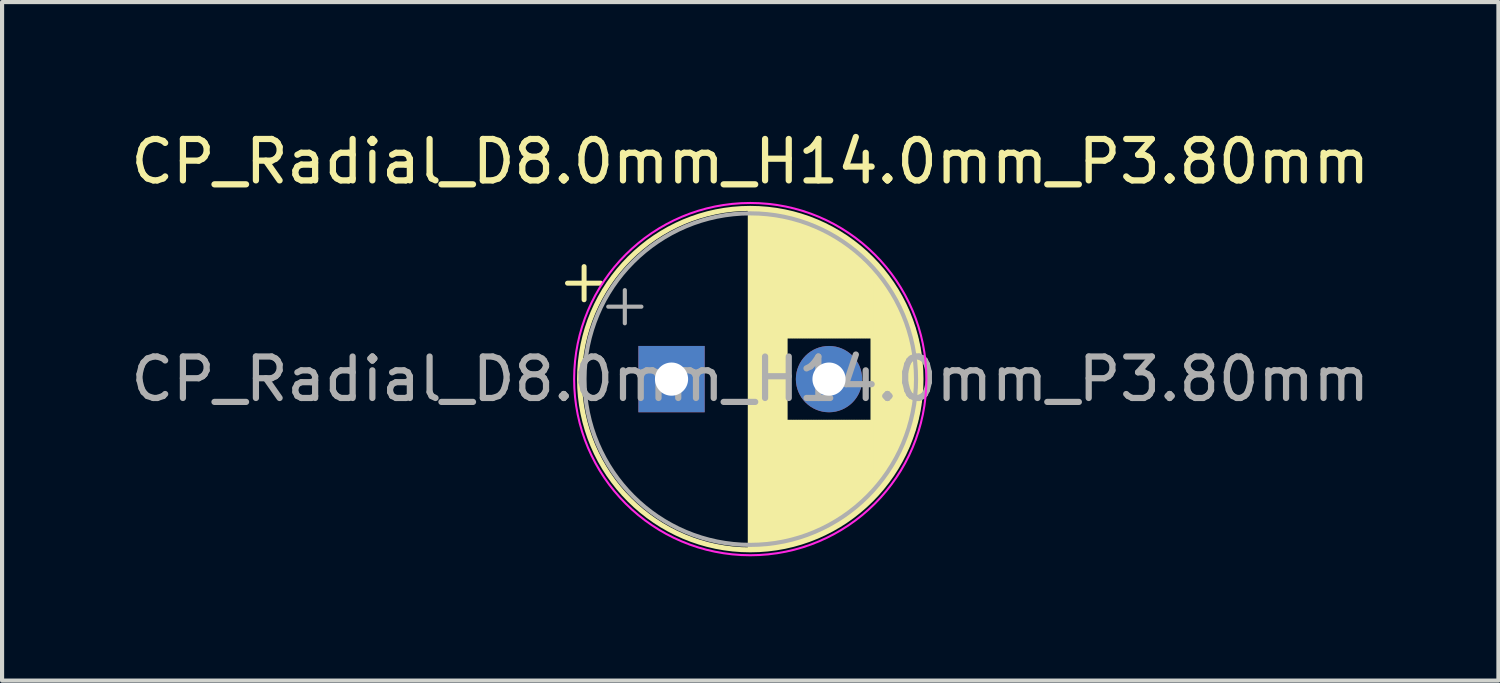
<source format=kicad_pcb>
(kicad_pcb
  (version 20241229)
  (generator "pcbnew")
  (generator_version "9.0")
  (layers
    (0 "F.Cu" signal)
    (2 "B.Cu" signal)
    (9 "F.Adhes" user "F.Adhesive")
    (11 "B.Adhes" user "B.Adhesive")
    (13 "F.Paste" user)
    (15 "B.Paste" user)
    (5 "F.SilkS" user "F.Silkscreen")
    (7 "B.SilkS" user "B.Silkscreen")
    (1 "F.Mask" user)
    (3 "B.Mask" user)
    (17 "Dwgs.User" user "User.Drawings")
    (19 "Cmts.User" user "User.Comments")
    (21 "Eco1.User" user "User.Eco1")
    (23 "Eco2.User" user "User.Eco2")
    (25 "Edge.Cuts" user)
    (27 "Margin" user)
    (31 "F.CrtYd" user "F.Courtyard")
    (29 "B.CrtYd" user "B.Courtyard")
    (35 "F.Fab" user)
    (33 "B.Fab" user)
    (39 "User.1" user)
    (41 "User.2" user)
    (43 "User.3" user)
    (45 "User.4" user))
  (footprint "CP_Radial_D8.0mm_H14.0mm_P3.80mm"
    (layer "F.Cu")
    (at 13.154 6.098)
    (property "Reference" "CP_Radial_D8.0mm_H14.0mm_P3.80mm" (at 1.9 -5.25 0) (layer "F.SilkS") (effects (font (size 1 1) (thickness 0.15))))
    (attr through_hole)
    (fp_line (start -2.51 -2.315) (end -1.71 -2.315) (stroke (width 0.12) (type solid)) (layer "F.SilkS"))
    (fp_line (start -2.11 -2.715) (end -2.11 -1.915) (stroke (width 0.12) (type solid)) (layer "F.SilkS"))
    (fp_line (start 1.9 -4.08) (end 1.9 4.08) (stroke (width 0.12) (type solid)) (layer "F.SilkS"))
    (fp_line (start 1.94 -4.08) (end 1.94 4.08) (stroke (width 0.12) (type solid)) (layer "F.SilkS"))
    (fp_line (start 1.98 -4.08) (end 1.98 4.08) (stroke (width 0.12) (type solid)) (layer "F.SilkS"))
    (fp_line (start 2.02 -4.079) (end 2.02 4.079) (stroke (width 0.12) (type solid)) (layer "F.SilkS"))
    (fp_line (start 2.06 -4.077) (end 2.06 4.077) (stroke (width 0.12) (type solid)) (layer "F.SilkS"))
    (fp_line (start 2.1 -4.076) (end 2.1 4.076) (stroke (width 0.12) (type solid)) (layer "F.SilkS"))
    (fp_line (start 2.14 -4.074) (end 2.14 4.074) (stroke (width 0.12) (type solid)) (layer "F.SilkS"))
    (fp_line (start 2.18 -4.071) (end 2.18 4.071) (stroke (width 0.12) (type solid)) (layer "F.SilkS"))
    (fp_line (start 2.22 -4.068) (end 2.22 4.068) (stroke (width 0.12) (type solid)) (layer "F.SilkS"))
    (fp_line (start 2.26 -4.065) (end 2.26 4.065) (stroke (width 0.12) (type solid)) (layer "F.SilkS"))
    (fp_line (start 2.3 -4.061) (end 2.3 4.061) (stroke (width 0.12) (type solid)) (layer "F.SilkS"))
    (fp_line (start 2.34 -4.057) (end 2.34 4.057) (stroke (width 0.12) (type solid)) (layer "F.SilkS"))
    (fp_line (start 2.38 -4.052) (end 2.38 4.052) (stroke (width 0.12) (type solid)) (layer "F.SilkS"))
    (fp_line (start 2.42 -4.048) (end 2.42 4.048) (stroke (width 0.12) (type solid)) (layer "F.SilkS"))
    (fp_line (start 2.46 -4.042) (end 2.46 4.042) (stroke (width 0.12) (type solid)) (layer "F.SilkS"))
    (fp_line (start 2.5 -4.037) (end 2.5 4.037) (stroke (width 0.12) (type solid)) (layer "F.SilkS"))
    (fp_line (start 2.54 -4.03) (end 2.54 4.03) (stroke (width 0.12) (type solid)) (layer "F.SilkS"))
    (fp_line (start 2.58 -4.024) (end 2.58 4.024) (stroke (width 0.12) (type solid)) (layer "F.SilkS"))
    (fp_line (start 2.621 -4.017) (end 2.621 4.017) (stroke (width 0.12) (type solid)) (layer "F.SilkS"))
    (fp_line (start 2.661 -4.01) (end 2.661 4.01) (stroke (width 0.12) (type solid)) (layer "F.SilkS"))
    (fp_line (start 2.701 -4.002) (end 2.701 4.002) (stroke (width 0.12) (type solid)) (layer "F.SilkS"))
    (fp_line (start 2.741 -3.994) (end 2.741 3.994) (stroke (width 0.12) (type solid)) (layer "F.SilkS"))
    (fp_line (start 2.781 -3.985) (end 2.781 -1.04) (stroke (width 0.12) (type solid)) (layer "F.SilkS"))
    (fp_line (start 2.781 1.04) (end 2.781 3.985) (stroke (width 0.12) (type solid)) (layer "F.SilkS"))
    (fp_line (start 2.821 -3.976) (end 2.821 -1.04) (stroke (width 0.12) (type solid)) (layer "F.SilkS"))
    (fp_line (start 2.821 1.04) (end 2.821 3.976) (stroke (width 0.12) (type solid)) (layer "F.SilkS"))
    (fp_line (start 2.861 -3.967) (end 2.861 -1.04) (stroke (width 0.12) (type solid)) (layer "F.SilkS"))
    (fp_line (start 2.861 1.04) (end 2.861 3.967) (stroke (width 0.12) (type solid)) (layer "F.SilkS"))
    (fp_line (start 2.901 -3.957) (end 2.901 -1.04) (stroke (width 0.12) (type solid)) (layer "F.SilkS"))
    (fp_line (start 2.901 1.04) (end 2.901 3.957) (stroke (width 0.12) (type solid)) (layer "F.SilkS"))
    (fp_line (start 2.941 -3.947) (end 2.941 -1.04) (stroke (width 0.12) (type solid)) (layer "F.SilkS"))
    (fp_line (start 2.941 1.04) (end 2.941 3.947) (stroke (width 0.12) (type solid)) (layer "F.SilkS"))
    (fp_line (start 2.981 -3.936) (end 2.981 -1.04) (stroke (width 0.12) (type solid)) (layer "F.SilkS"))
    (fp_line (start 2.981 1.04) (end 2.981 3.936) (stroke (width 0.12) (type solid)) (layer "F.SilkS"))
    (fp_line (start 3.021 -3.925) (end 3.021 -1.04) (stroke (width 0.12) (type solid)) (layer "F.SilkS"))
    (fp_line (start 3.021 1.04) (end 3.021 3.925) (stroke (width 0.12) (type solid)) (layer "F.SilkS"))
    (fp_line (start 3.061 -3.914) (end 3.061 -1.04) (stroke (width 0.12) (type solid)) (layer "F.SilkS"))
    (fp_line (start 3.061 1.04) (end 3.061 3.914) (stroke (width 0.12) (type solid)) (layer "F.SilkS"))
    (fp_line (start 3.101 -3.902) (end 3.101 -1.04) (stroke (width 0.12) (type solid)) (layer "F.SilkS"))
    (fp_line (start 3.101 1.04) (end 3.101 3.902) (stroke (width 0.12) (type solid)) (layer "F.SilkS"))
    (fp_line (start 3.141 -3.889) (end 3.141 -1.04) (stroke (width 0.12) (type solid)) (layer "F.SilkS"))
    (fp_line (start 3.141 1.04) (end 3.141 3.889) (stroke (width 0.12) (type solid)) (layer "F.SilkS"))
    (fp_line (start 3.181 -3.877) (end 3.181 -1.04) (stroke (width 0.12) (type solid)) (layer "F.SilkS"))
    (fp_line (start 3.181 1.04) (end 3.181 3.877) (stroke (width 0.12) (type solid)) (layer "F.SilkS"))
    (fp_line (start 3.221 -3.863) (end 3.221 -1.04) (stroke (width 0.12) (type solid)) (layer "F.SilkS"))
    (fp_line (start 3.221 1.04) (end 3.221 3.863) (stroke (width 0.12) (type solid)) (layer "F.SilkS"))
    (fp_line (start 3.261 -3.85) (end 3.261 -1.04) (stroke (width 0.12) (type solid)) (layer "F.SilkS"))
    (fp_line (start 3.261 1.04) (end 3.261 3.85) (stroke (width 0.12) (type solid)) (layer "F.SilkS"))
    (fp_line (start 3.301 -3.835) (end 3.301 -1.04) (stroke (width 0.12) (type solid)) (layer "F.SilkS"))
    (fp_line (start 3.301 1.04) (end 3.301 3.835) (stroke (width 0.12) (type solid)) (layer "F.SilkS"))
    (fp_line (start 3.341 -3.821) (end 3.341 -1.04) (stroke (width 0.12) (type solid)) (layer "F.SilkS"))
    (fp_line (start 3.341 1.04) (end 3.341 3.821) (stroke (width 0.12) (type solid)) (layer "F.SilkS"))
    (fp_line (start 3.381 -3.805) (end 3.381 -1.04) (stroke (width 0.12) (type solid)) (layer "F.SilkS"))
    (fp_line (start 3.381 1.04) (end 3.381 3.805) (stroke (width 0.12) (type solid)) (layer "F.SilkS"))
    (fp_line (start 3.421 -3.79) (end 3.421 -1.04) (stroke (width 0.12) (type solid)) (layer "F.SilkS"))
    (fp_line (start 3.421 1.04) (end 3.421 3.79) (stroke (width 0.12) (type solid)) (layer "F.SilkS"))
    (fp_line (start 3.461 -3.774) (end 3.461 -1.04) (stroke (width 0.12) (type solid)) (layer "F.SilkS"))
    (fp_line (start 3.461 1.04) (end 3.461 3.774) (stroke (width 0.12) (type solid)) (layer "F.SilkS"))
    (fp_line (start 3.501 -3.757) (end 3.501 -1.04) (stroke (width 0.12) (type solid)) (layer "F.SilkS"))
    (fp_line (start 3.501 1.04) (end 3.501 3.757) (stroke (width 0.12) (type solid)) (layer "F.SilkS"))
    (fp_line (start 3.541 -3.74) (end 3.541 -1.04) (stroke (width 0.12) (type solid)) (layer "F.SilkS"))
    (fp_line (start 3.541 1.04) (end 3.541 3.74) (stroke (width 0.12) (type solid)) (layer "F.SilkS"))
    (fp_line (start 3.581 -3.722) (end 3.581 -1.04) (stroke (width 0.12) (type solid)) (layer "F.SilkS"))
    (fp_line (start 3.581 1.04) (end 3.581 3.722) (stroke (width 0.12) (type solid)) (layer "F.SilkS"))
    (fp_line (start 3.621 -3.704) (end 3.621 -1.04) (stroke (width 0.12) (type solid)) (layer "F.SilkS"))
    (fp_line (start 3.621 1.04) (end 3.621 3.704) (stroke (width 0.12) (type solid)) (layer "F.SilkS"))
    (fp_line (start 3.661 -3.686) (end 3.661 -1.04) (stroke (width 0.12) (type solid)) (layer "F.SilkS"))
    (fp_line (start 3.661 1.04) (end 3.661 3.686) (stroke (width 0.12) (type solid)) (layer "F.SilkS"))
    (fp_line (start 3.701 -3.666) (end 3.701 -1.04) (stroke (width 0.12) (type solid)) (layer "F.SilkS"))
    (fp_line (start 3.701 1.04) (end 3.701 3.666) (stroke (width 0.12) (type solid)) (layer "F.SilkS"))
    (fp_line (start 3.741 -3.647) (end 3.741 -1.04) (stroke (width 0.12) (type solid)) (layer "F.SilkS"))
    (fp_line (start 3.741 1.04) (end 3.741 3.647) (stroke (width 0.12) (type solid)) (layer "F.SilkS"))
    (fp_line (start 3.781 -3.627) (end 3.781 -1.04) (stroke (width 0.12) (type solid)) (layer "F.SilkS"))
    (fp_line (start 3.781 1.04) (end 3.781 3.627) (stroke (width 0.12) (type solid)) (layer "F.SilkS"))
    (fp_line (start 3.821 -3.606) (end 3.821 -1.04) (stroke (width 0.12) (type solid)) (layer "F.SilkS"))
    (fp_line (start 3.821 1.04) (end 3.821 3.606) (stroke (width 0.12) (type solid)) (layer "F.SilkS"))
    (fp_line (start 3.861 -3.584) (end 3.861 -1.04) (stroke (width 0.12) (type solid)) (layer "F.SilkS"))
    (fp_line (start 3.861 1.04) (end 3.861 3.584) (stroke (width 0.12) (type solid)) (layer "F.SilkS"))
    (fp_line (start 3.901 -3.562) (end 3.901 -1.04) (stroke (width 0.12) (type solid)) (layer "F.SilkS"))
    (fp_line (start 3.901 1.04) (end 3.901 3.562) (stroke (width 0.12) (type solid)) (layer "F.SilkS"))
    (fp_line (start 3.941 -3.54) (end 3.941 -1.04) (stroke (width 0.12) (type solid)) (layer "F.SilkS"))
    (fp_line (start 3.941 1.04) (end 3.941 3.54) (stroke (width 0.12) (type solid)) (layer "F.SilkS"))
    (fp_line (start 3.981 -3.517) (end 3.981 -1.04) (stroke (width 0.12) (type solid)) (layer "F.SilkS"))
    (fp_line (start 3.981 1.04) (end 3.981 3.517) (stroke (width 0.12) (type solid)) (layer "F.SilkS"))
    (fp_line (start 4.021 -3.493) (end 4.021 -1.04) (stroke (width 0.12) (type solid)) (layer "F.SilkS"))
    (fp_line (start 4.021 1.04) (end 4.021 3.493) (stroke (width 0.12) (type solid)) (layer "F.SilkS"))
    (fp_line (start 4.061 -3.469) (end 4.061 -1.04) (stroke (width 0.12) (type solid)) (layer "F.SilkS"))
    (fp_line (start 4.061 1.04) (end 4.061 3.469) (stroke (width 0.12) (type solid)) (layer "F.SilkS"))
    (fp_line (start 4.101 -3.444) (end 4.101 -1.04) (stroke (width 0.12) (type solid)) (layer "F.SilkS"))
    (fp_line (start 4.101 1.04) (end 4.101 3.444) (stroke (width 0.12) (type solid)) (layer "F.SilkS"))
    (fp_line (start 4.141 -3.418) (end 4.141 -1.04) (stroke (width 0.12) (type solid)) (layer "F.SilkS"))
    (fp_line (start 4.141 1.04) (end 4.141 3.418) (stroke (width 0.12) (type solid)) (layer "F.SilkS"))
    (fp_line (start 4.181 -3.392) (end 4.181 -1.04) (stroke (width 0.12) (type solid)) (layer "F.SilkS"))
    (fp_line (start 4.181 1.04) (end 4.181 3.392) (stroke (width 0.12) (type solid)) (layer "F.SilkS"))
    (fp_line (start 4.221 -3.365) (end 4.221 -1.04) (stroke (width 0.12) (type solid)) (layer "F.SilkS"))
    (fp_line (start 4.221 1.04) (end 4.221 3.365) (stroke (width 0.12) (type solid)) (layer "F.SilkS"))
    (fp_line (start 4.261 -3.338) (end 4.261 -1.04) (stroke (width 0.12) (type solid)) (layer "F.SilkS"))
    (fp_line (start 4.261 1.04) (end 4.261 3.338) (stroke (width 0.12) (type solid)) (layer "F.SilkS"))
    (fp_line (start 4.301 -3.309) (end 4.301 -1.04) (stroke (width 0.12) (type solid)) (layer "F.SilkS"))
    (fp_line (start 4.301 1.04) (end 4.301 3.309) (stroke (width 0.12) (type solid)) (layer "F.SilkS"))
    (fp_line (start 4.341 -3.28) (end 4.341 -1.04) (stroke (width 0.12) (type solid)) (layer "F.SilkS"))
    (fp_line (start 4.341 1.04) (end 4.341 3.28) (stroke (width 0.12) (type solid)) (layer "F.SilkS"))
    (fp_line (start 4.381 -3.25) (end 4.381 -1.04) (stroke (width 0.12) (type solid)) (layer "F.SilkS"))
    (fp_line (start 4.381 1.04) (end 4.381 3.25) (stroke (width 0.12) (type solid)) (layer "F.SilkS"))
    (fp_line (start 4.421 -3.22) (end 4.421 -1.04) (stroke (width 0.12) (type solid)) (layer "F.SilkS"))
    (fp_line (start 4.421 1.04) (end 4.421 3.22) (stroke (width 0.12) (type solid)) (layer "F.SilkS"))
    (fp_line (start 4.461 -3.189) (end 4.461 -1.04) (stroke (width 0.12) (type solid)) (layer "F.SilkS"))
    (fp_line (start 4.461 1.04) (end 4.461 3.189) (stroke (width 0.12) (type solid)) (layer "F.SilkS"))
    (fp_line (start 4.501 -3.156) (end 4.501 -1.04) (stroke (width 0.12) (type solid)) (layer "F.SilkS"))
    (fp_line (start 4.501 1.04) (end 4.501 3.156) (stroke (width 0.12) (type solid)) (layer "F.SilkS"))
    (fp_line (start 4.541 -3.124) (end 4.541 -1.04) (stroke (width 0.12) (type solid)) (layer "F.SilkS"))
    (fp_line (start 4.541 1.04) (end 4.541 3.124) (stroke (width 0.12) (type solid)) (layer "F.SilkS"))
    (fp_line (start 4.581 -3.09) (end 4.581 -1.04) (stroke (width 0.12) (type solid)) (layer "F.SilkS"))
    (fp_line (start 4.581 1.04) (end 4.581 3.09) (stroke (width 0.12) (type solid)) (layer "F.SilkS"))
    (fp_line (start 4.621 -3.055) (end 4.621 -1.04) (stroke (width 0.12) (type solid)) (layer "F.SilkS"))
    (fp_line (start 4.621 1.04) (end 4.621 3.055) (stroke (width 0.12) (type solid)) (layer "F.SilkS"))
    (fp_line (start 4.661 -3.019) (end 4.661 -1.04) (stroke (width 0.12) (type solid)) (layer "F.SilkS"))
    (fp_line (start 4.661 1.04) (end 4.661 3.019) (stroke (width 0.12) (type solid)) (layer "F.SilkS"))
    (fp_line (start 4.701 -2.983) (end 4.701 -1.04) (stroke (width 0.12) (type solid)) (layer "F.SilkS"))
    (fp_line (start 4.701 1.04) (end 4.701 2.983) (stroke (width 0.12) (type solid)) (layer "F.SilkS"))
    (fp_line (start 4.741 -2.945) (end 4.741 -1.04) (stroke (width 0.12) (type solid)) (layer "F.SilkS"))
    (fp_line (start 4.741 1.04) (end 4.741 2.945) (stroke (width 0.12) (type solid)) (layer "F.SilkS"))
    (fp_line (start 4.781 -2.907) (end 4.781 -1.04) (stroke (width 0.12) (type solid)) (layer "F.SilkS"))
    (fp_line (start 4.781 1.04) (end 4.781 2.907) (stroke (width 0.12) (type solid)) (layer "F.SilkS"))
    (fp_line (start 4.821 -2.867) (end 4.821 -1.04) (stroke (width 0.12) (type solid)) (layer "F.SilkS"))
    (fp_line (start 4.821 1.04) (end 4.821 2.867) (stroke (width 0.12) (type solid)) (layer "F.SilkS"))
    (fp_line (start 4.861 -2.826) (end 4.861 2.826) (stroke (width 0.12) (type solid)) (layer "F.SilkS"))
    (fp_line (start 4.901 -2.784) (end 4.901 2.784) (stroke (width 0.12) (type solid)) (layer "F.SilkS"))
    (fp_line (start 4.941 -2.741) (end 4.941 2.741) (stroke (width 0.12) (type solid)) (layer "F.SilkS"))
    (fp_line (start 4.981 -2.697) (end 4.981 2.697) (stroke (width 0.12) (type solid)) (layer "F.SilkS"))
    (fp_line (start 5.021 -2.651) (end 5.021 2.651) (stroke (width 0.12) (type solid)) (layer "F.SilkS"))
    (fp_line (start 5.061 -2.604) (end 5.061 2.604) (stroke (width 0.12) (type solid)) (layer "F.SilkS"))
    (fp_line (start 5.101 -2.556) (end 5.101 2.556) (stroke (width 0.12) (type solid)) (layer "F.SilkS"))
    (fp_line (start 5.141 -2.505) (end 5.141 2.505) (stroke (width 0.12) (type solid)) (layer "F.SilkS"))
    (fp_line (start 5.181 -2.454) (end 5.181 2.454) (stroke (width 0.12) (type solid)) (layer "F.SilkS"))
    (fp_line (start 5.221 -2.4) (end 5.221 2.4) (stroke (width 0.12) (type solid)) (layer "F.SilkS"))
    (fp_line (start 5.261 -2.345) (end 5.261 2.345) (stroke (width 0.12) (type solid)) (layer "F.SilkS"))
    (fp_line (start 5.301 -2.287) (end 5.301 2.287) (stroke (width 0.12) (type solid)) (layer "F.SilkS"))
    (fp_line (start 5.341 -2.228) (end 5.341 2.228) (stroke (width 0.12) (type solid)) (layer "F.SilkS"))
    (fp_line (start 5.381 -2.166) (end 5.381 2.166) (stroke (width 0.12) (type solid)) (layer "F.SilkS"))
    (fp_line (start 5.421 -2.102) (end 5.421 2.102) (stroke (width 0.12) (type solid)) (layer "F.SilkS"))
    (fp_line (start 5.461 -2.034) (end 5.461 2.034) (stroke (width 0.12) (type solid)) (layer "F.SilkS"))
    (fp_line (start 5.501 -1.964) (end 5.501 1.964) (stroke (width 0.12) (type solid)) (layer "F.SilkS"))
    (fp_line (start 5.541 -1.89) (end 5.541 1.89) (stroke (width 0.12) (type solid)) (layer "F.SilkS"))
    (fp_line (start 5.581 -1.813) (end 5.581 1.813) (stroke (width 0.12) (type solid)) (layer "F.SilkS"))
    (fp_line (start 5.621 -1.731) (end 5.621 1.731) (stroke (width 0.12) (type solid)) (layer "F.SilkS"))
    (fp_line (start 5.661 -1.645) (end 5.661 1.645) (stroke (width 0.12) (type solid)) (layer "F.SilkS"))
    (fp_line (start 5.701 -1.552) (end 5.701 1.552) (stroke (width 0.12) (type solid)) (layer "F.SilkS"))
    (fp_line (start 5.741 -1.453) (end 5.741 1.453) (stroke (width 0.12) (type solid)) (layer "F.SilkS"))
    (fp_line (start 5.781 -1.346) (end 5.781 1.346) (stroke (width 0.12) (type solid)) (layer "F.SilkS"))
    (fp_line (start 5.821 -1.229) (end 5.821 1.229) (stroke (width 0.12) (type solid)) (layer "F.SilkS"))
    (fp_line (start 5.861 -1.098) (end 5.861 1.098) (stroke (width 0.12) (type solid)) (layer "F.SilkS"))
    (fp_line (start 5.901 -0.948) (end 5.901 0.948) (stroke (width 0.12) (type solid)) (layer "F.SilkS"))
    (fp_line (start 5.941 -0.768) (end 5.941 0.768) (stroke (width 0.12) (type solid)) (layer "F.SilkS"))
    (fp_line (start 5.981 -0.533) (end 5.981 0.533) (stroke (width 0.12) (type solid)) (layer "F.SilkS"))
    (fp_circle (center 1.9 0) (end 6.02 0) (stroke (width 0.12) (type solid)) (fill no) (layer "F.SilkS"))
    (fp_circle (center 1.9 0) (end 6.15 0) (stroke (width 0.05) (type solid)) (fill no) (layer "F.CrtYd"))
    (fp_line (start -1.527 -1.748) (end -0.727 -1.748) (stroke (width 0.1) (type solid)) (layer "F.Fab"))
    (fp_line (start -1.127 -2.147) (end -1.127 -1.347) (stroke (width 0.1) (type solid)) (layer "F.Fab"))
    (fp_circle (center 1.9 0) (end 5.9 0) (stroke (width 0.1) (type solid)) (fill no) (layer "F.Fab"))
    (fp_text user "${REFERENCE}" (at 1.9 0 0) (layer "F.Fab") (effects (font (size 1 1) (thickness 0.15))))
    (pad "1" thru_hole rect (at 0 0) (size 1.6 1.6) (drill 0.8) (layers "*.Cu" "*.Mask"))
    (pad "2" thru_hole circle (at 3.8 0) (size 1.6 1.6) (drill 0.8) (layers "*.Cu" "*.Mask")))
  (gr_rect
    (start -3 -3)
    (end 33.107 13.373)
    (stroke (width 0.1) (type default))
    (fill no)
    (layer "Edge.Cuts")))
</source>
